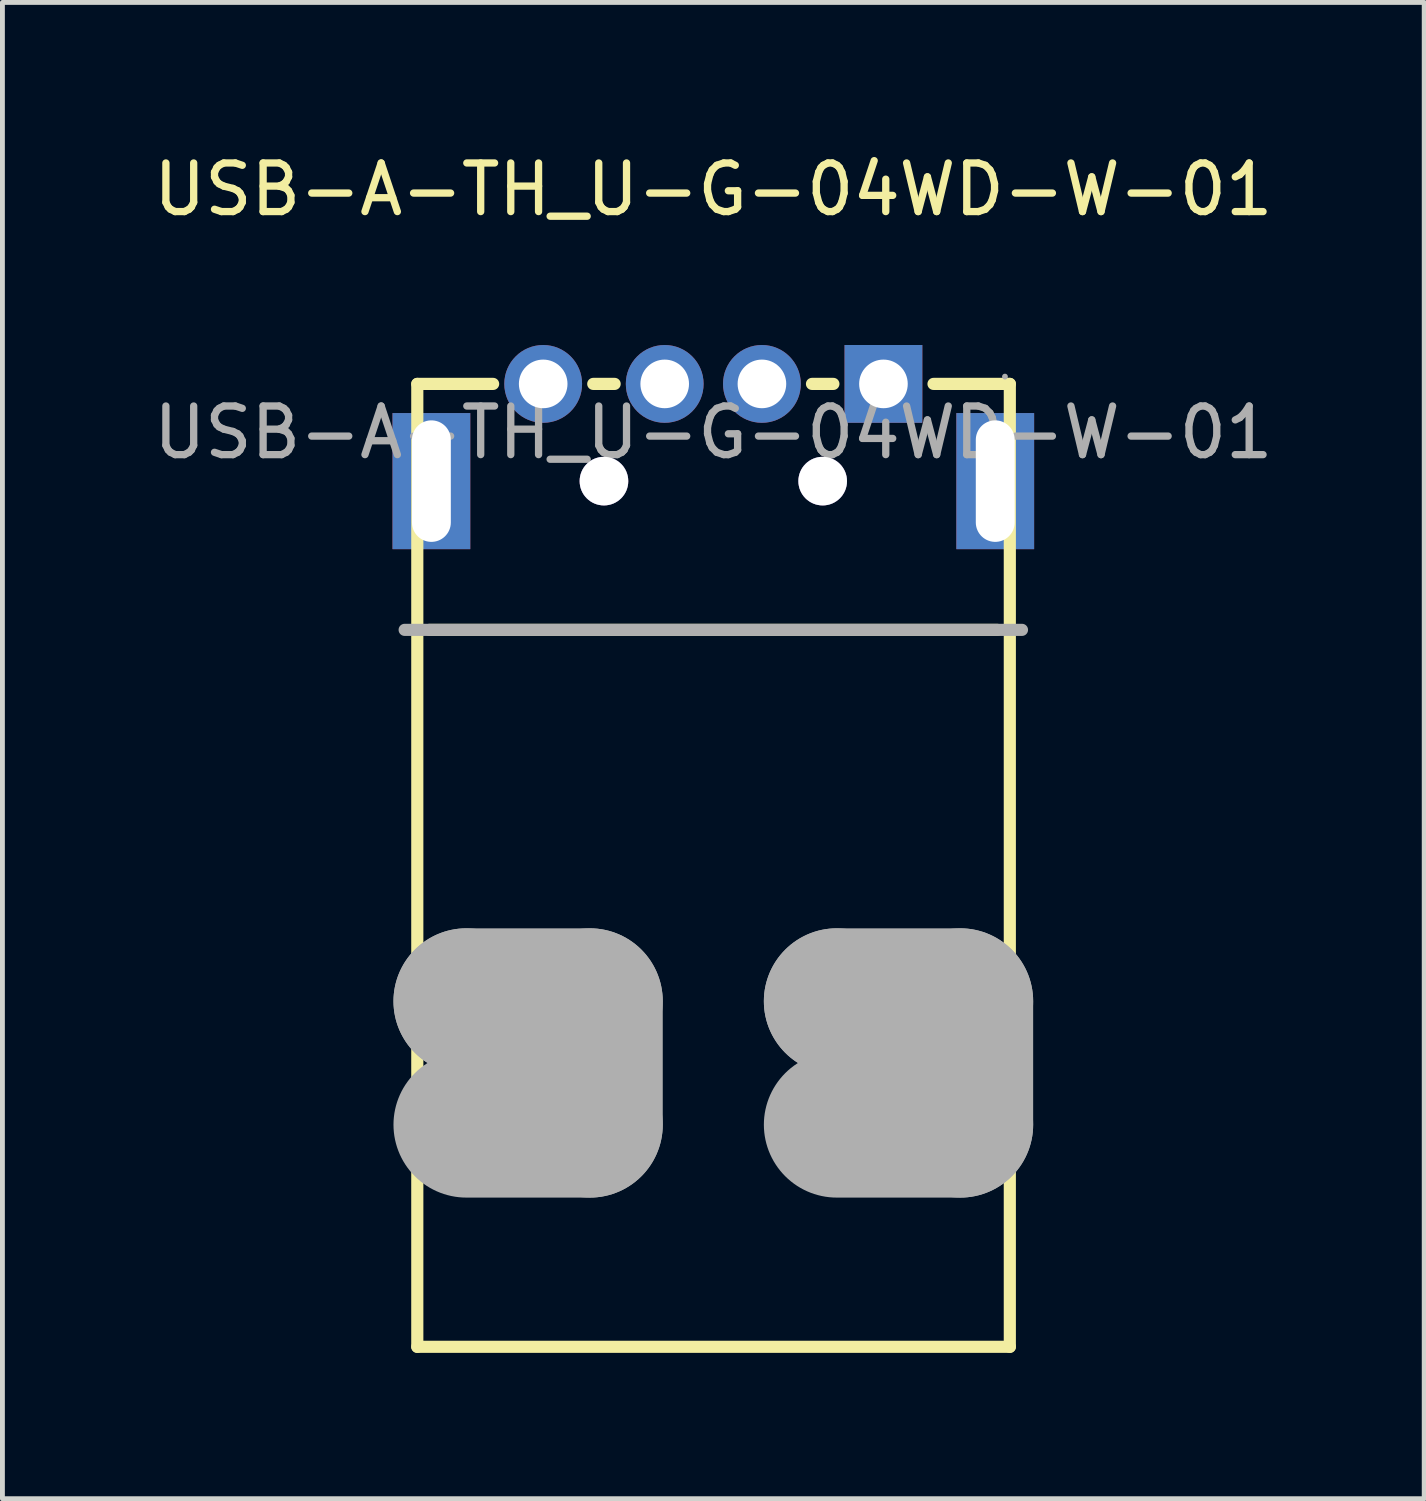
<source format=kicad_pcb>
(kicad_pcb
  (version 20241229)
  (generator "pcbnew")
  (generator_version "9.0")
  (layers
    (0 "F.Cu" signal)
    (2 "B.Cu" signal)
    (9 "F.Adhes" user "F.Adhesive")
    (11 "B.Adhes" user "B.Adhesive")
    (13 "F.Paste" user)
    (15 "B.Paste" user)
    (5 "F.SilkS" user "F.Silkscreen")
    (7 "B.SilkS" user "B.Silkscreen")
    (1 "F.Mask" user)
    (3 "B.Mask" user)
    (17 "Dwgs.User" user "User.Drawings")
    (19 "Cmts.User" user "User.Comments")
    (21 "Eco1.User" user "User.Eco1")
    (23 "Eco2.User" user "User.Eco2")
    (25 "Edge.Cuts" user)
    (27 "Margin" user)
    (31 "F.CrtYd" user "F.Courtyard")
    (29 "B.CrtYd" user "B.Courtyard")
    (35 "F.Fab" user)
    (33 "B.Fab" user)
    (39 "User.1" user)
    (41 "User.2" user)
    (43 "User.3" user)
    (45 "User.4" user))
  (footprint "USB-A-TH_U-G-04WD-W-01"
    (layer "F.Cu")
    (at 11.625 5.848)
    (property "Reference" "USB-A-TH_U-G-04WD-W-01" (at 0 -5 0) (layer "F.SilkS") (effects (font (size 1 1) (thickness 0.15))))
    (attr through_hole)
    (fp_line (start -6.09 -1) (end -6.09 18.81) (stroke (width 0.25) (type solid)) (layer "F.SilkS"))
    (fp_line (start -6.09 -1) (end -4.53 -1) (stroke (width 0.25) (type solid)) (layer "F.SilkS"))
    (fp_line (start -6.09 18.81) (end 6.1 18.81) (stroke (width 0.25) (type solid)) (layer "F.SilkS"))
    (fp_line (start -5.84 4.06) (end 5.84 4.06) (stroke (width 0.25) (type solid)) (layer "F.SilkS"))
    (fp_line (start -2.47 -1) (end -2.03 -1) (stroke (width 0.25) (type solid)) (layer "F.SilkS"))
    (fp_line (start 2.03 -1) (end 2.47 -1) (stroke (width 0.25) (type solid)) (layer "F.SilkS"))
    (fp_line (start 4.53 -1) (end 6.1 -1) (stroke (width 0.25) (type solid)) (layer "F.SilkS"))
    (fp_line (start 6.1 18.81) (end 6.1 -1) (stroke (width 0.25) (type solid)) (layer "F.SilkS"))
    (fp_circle (center -2.25 1) (end -2.05 1) (stroke (width 0.4) (type solid)) (fill no) (layer "Cmts.User"))
    (fp_circle (center 2.25 1) (end 2.45 1) (stroke (width 0.4) (type solid)) (fill no) (layer "Cmts.User"))
    (fp_line (start -6.35 4.06) (end 6.35 4.06) (stroke (width 0.25) (type solid)) (layer "F.Fab"))
    (fp_line (start -5.08 11.7) (end -5.08 11.7) (stroke (width 3) (type solid)) (layer "F.Fab"))
    (fp_line (start -5.08 11.7) (end -2.54 11.7) (stroke (width 3) (type solid)) (layer "F.Fab"))
    (fp_line (start -2.54 11.7) (end -2.54 14.24) (stroke (width 3) (type solid)) (layer "F.Fab"))
    (fp_line (start -2.54 14.24) (end -5.08 14.24) (stroke (width 3) (type solid)) (layer "F.Fab"))
    (fp_line (start 2.54 11.7) (end 2.54 11.7) (stroke (width 3) (type solid)) (layer "F.Fab"))
    (fp_line (start 2.54 11.7) (end 5.08 11.7) (stroke (width 3) (type solid)) (layer "F.Fab"))
    (fp_line (start 5.08 11.7) (end 5.08 14.24) (stroke (width 3) (type solid)) (layer "F.Fab"))
    (fp_line (start 5.08 14.24) (end 2.54 14.24) (stroke (width 3) (type solid)) (layer "F.Fab"))
    (fp_circle (center 6 -1.15) (end 6.03 -1.15) (stroke (width 0.06) (type solid)) (fill no) (layer "F.Fab"))
    (fp_text user "${REFERENCE}" (at 0 0 0) (layer "F.Fab") (effects (font (size 1 1) (thickness 0.15))))
    (pad "" thru_hole circle (at -2.25 1) (size 1 1) (drill 1) (layers "*.Cu" "*.Mask"))
    (pad "" thru_hole circle (at 2.25 1) (size 1 1) (drill 1) (layers "*.Cu" "*.Mask"))
    (pad "1" thru_hole rect (at 3.5 -1) (size 1.6 1.6) (drill 1) (layers "*.Cu" "*.Mask"))
    (pad "2" thru_hole circle (at 1 -1) (size 1.6 1.6) (drill 1) (layers "*.Cu" "*.Mask"))
    (pad "3" thru_hole circle (at -1 -1) (size 1.6 1.6) (drill 1) (layers "*.Cu" "*.Mask"))
    (pad "4" thru_hole circle (at -3.5 -1) (size 1.6 1.6) (drill 1) (layers "*.Cu" "*.Mask"))
    (pad "5" thru_hole rect (at 5.8 1) (size 1.6 2.8) (drill oval 0.8 2.5) (layers "*.Cu" "*.Mask"))
    (pad "6" thru_hole rect (at -5.8 1) (size 1.6 2.8) (drill oval 0.8 2.5) (layers "*.Cu" "*.Mask")))
  (gr_rect
    (start -3 -3)
    (end 26.25 27.783)
    (stroke (width 0.1) (type default))
    (fill no)
    (layer "Edge.Cuts")))
</source>
